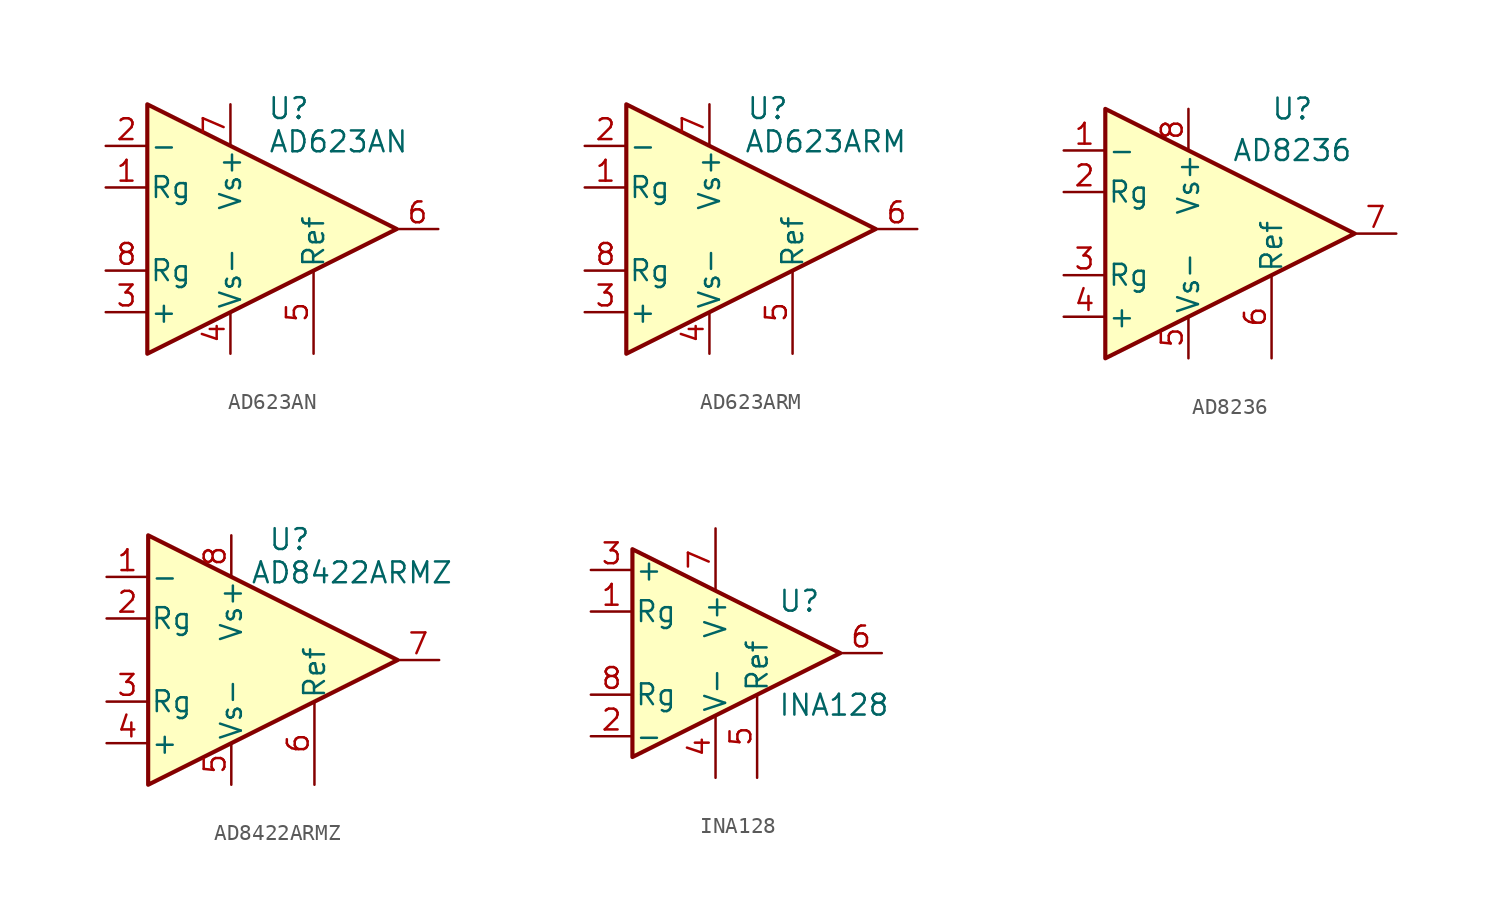
<source format=kicad_sym>
(kicad_symbol_lib
  (version 20201005)
  (generator kicad_symbol_editor)
  (symbol "AD623AN"
    (pin_names
      (offset 0.127))
    (property "Reference" "U"
      (at 3.556 7.366 0)
      (effects (font (size 1.27 1.27))))
    (property "Value" "AD623AN"
      (at 6.604 5.334 0)
      (effects (font (size 1.27 1.27))))
    (symbol "AD623AN_0_1"
      (polyline (pts (xy -5.08 7.62) (xy -5.08 -7.62) (xy 10.16 0) (xy -5.08 7.62)) (stroke (width 0.254)) (fill (type background))))
    (symbol "AD623AN_1_1"
      (pin passive line (at -7.62 2.54 0) (length 2.54) (name "Rg" (effects (font (size 1.27 1.27)))) (number "1" (effects (font (size 1.27 1.27)))))
      (pin input line (at -7.62 5.08 0) (length 2.54) (name "-" (effects (font (size 1.27 1.27)))) (number "2" (effects (font (size 1.27 1.27)))))
      (pin input line (at -7.62 -5.08 0) (length 2.54) (name "+" (effects (font (size 1.27 1.27)))) (number "3" (effects (font (size 1.27 1.27)))))
      (pin power_in line (at 0 -7.62 90) (length 2.54) (name "Vs-" (effects (font (size 1.27 1.27)))) (number "4" (effects (font (size 1.27 1.27)))))
      (pin passive line (at 5.08 -7.62 90) (length 5.08) (name "Ref" (effects (font (size 1.27 1.27)))) (number "5" (effects (font (size 1.27 1.27)))))
      (pin output line (at 12.7 0 180) (length 2.54) (name "~" (effects (font (size 1.27 1.27)))) (number "6" (effects (font (size 1.27 1.27)))))
      (pin power_in line (at 0 7.62 270) (length 2.54) (name "Vs+" (effects (font (size 1.27 1.27)))) (number "7" (effects (font (size 1.27 1.27)))))
      (pin passive line (at -7.62 -2.54 0) (length 2.54) (name "Rg" (effects (font (size 1.27 1.27)))) (number "8" (effects (font (size 1.27 1.27)))))))
  (symbol "AD623ARM"
    (pin_names
      (offset 0.127))
    (property "Reference" "U"
      (at 3.556 7.366 0)
      (effects (font (size 1.27 1.27))))
    (property "Value" "AD623ARM"
      (at 7.112 5.334 0)
      (effects (font (size 1.27 1.27))))
    (symbol "AD623ARM_0_1"
      (polyline (pts (xy -5.08 7.62) (xy -5.08 -7.62) (xy 10.16 0) (xy -5.08 7.62)) (stroke (width 0.254)) (fill (type background))))
    (symbol "AD623ARM_1_1"
      (pin passive line (at -7.62 2.54 0) (length 2.54) (name "Rg" (effects (font (size 1.27 1.27)))) (number "1" (effects (font (size 1.27 1.27)))))
      (pin input line (at -7.62 5.08 0) (length 2.54) (name "-" (effects (font (size 1.27 1.27)))) (number "2" (effects (font (size 1.27 1.27)))))
      (pin input line (at -7.62 -5.08 0) (length 2.54) (name "+" (effects (font (size 1.27 1.27)))) (number "3" (effects (font (size 1.27 1.27)))))
      (pin power_in line (at 0 -7.62 90) (length 2.54) (name "Vs-" (effects (font (size 1.27 1.27)))) (number "4" (effects (font (size 1.27 1.27)))))
      (pin passive line (at 5.08 -7.62 90) (length 5.08) (name "Ref" (effects (font (size 1.27 1.27)))) (number "5" (effects (font (size 1.27 1.27)))))
      (pin output line (at 12.7 0 180) (length 2.54) (name "~" (effects (font (size 1.27 1.27)))) (number "6" (effects (font (size 1.27 1.27)))))
      (pin power_in line (at 0 7.62 270) (length 2.54) (name "Vs+" (effects (font (size 1.27 1.27)))) (number "7" (effects (font (size 1.27 1.27)))))
      (pin passive line (at -7.62 -2.54 0) (length 2.54) (name "Rg" (effects (font (size 1.27 1.27)))) (number "8" (effects (font (size 1.27 1.27)))))))
  (symbol "AD8236"
    (pin_names
      (offset 0.127))
    (property "Reference" "U"
      (at 3.81 7.62 0)
      (effects (font (size 1.27 1.27))))
    (property "Value" "AD8236"
      (at 3.81 5.08 0)
      (effects (font (size 1.27 1.27))))
    (symbol "AD8236_0_1"
      (polyline (pts (xy -7.62 7.62) (xy -7.62 -7.62) (xy 7.62 0) (xy -7.62 7.62)) (stroke (width 0.254)) (fill (type background))))
    (symbol "AD8236_1_1"
      (pin input line (at -10.16 5.08 0) (length 2.54) (name "-" (effects (font (size 1.27 1.27)))) (number "1" (effects (font (size 1.27 1.27)))))
      (pin passive line (at -10.16 2.54 0) (length 2.54) (name "Rg" (effects (font (size 1.27 1.27)))) (number "2" (effects (font (size 1.27 1.27)))))
      (pin passive line (at -10.16 -2.54 0) (length 2.54) (name "Rg" (effects (font (size 1.27 1.27)))) (number "3" (effects (font (size 1.27 1.27)))))
      (pin input line (at -10.16 -5.08 0) (length 2.54) (name "+" (effects (font (size 1.27 1.27)))) (number "4" (effects (font (size 1.27 1.27)))))
      (pin power_in line (at -2.54 -7.62 90) (length 2.54) (name "Vs-" (effects (font (size 1.27 1.27)))) (number "5" (effects (font (size 1.27 1.27)))))
      (pin passive line (at 2.54 -7.62 90) (length 5.08) (name "Ref" (effects (font (size 1.27 1.27)))) (number "6" (effects (font (size 1.27 1.27)))))
      (pin output line (at 10.16 0 180) (length 2.54) (name "~" (effects (font (size 1.27 1.27)))) (number "7" (effects (font (size 1.27 1.27)))))
      (pin power_in line (at -2.54 7.62 270) (length 2.54) (name "Vs+" (effects (font (size 1.27 1.27)))) (number "8" (effects (font (size 1.27 1.27)))))))
  (symbol "AD8422ARMZ"
    (pin_names
      (offset 0.127))
    (property "Reference" "U"
      (at 3.556 7.366 0)
      (effects (font (size 1.27 1.27))))
    (property "Value" "AD8422ARMZ"
      (at 7.366 5.334 0)
      (effects (font (size 1.27 1.27))))
    (symbol "AD8422ARMZ_0_1"
      (polyline (pts (xy -5.08 7.62) (xy -5.08 -7.62) (xy 10.16 0) (xy -5.08 7.62)) (stroke (width 0.254)) (fill (type background))))
    (symbol "AD8422ARMZ_1_1"
      (pin input line (at -7.62 5.08 0) (length 2.54) (name "-" (effects (font (size 1.27 1.27)))) (number "1" (effects (font (size 1.27 1.27)))))
      (pin passive line (at -7.62 2.54 0) (length 2.54) (name "Rg" (effects (font (size 1.27 1.27)))) (number "2" (effects (font (size 1.27 1.27)))))
      (pin passive line (at -7.62 -2.54 0) (length 2.54) (name "Rg" (effects (font (size 1.27 1.27)))) (number "3" (effects (font (size 1.27 1.27)))))
      (pin input line (at -7.62 -5.08 0) (length 2.54) (name "+" (effects (font (size 1.27 1.27)))) (number "4" (effects (font (size 1.27 1.27)))))
      (pin power_in line (at 0 -7.62 90) (length 2.54) (name "Vs-" (effects (font (size 1.27 1.27)))) (number "5" (effects (font (size 1.27 1.27)))))
      (pin passive line (at 5.08 -7.62 90) (length 5.08) (name "Ref" (effects (font (size 1.27 1.27)))) (number "6" (effects (font (size 1.27 1.27)))))
      (pin output line (at 12.7 0 180) (length 2.54) (name "~" (effects (font (size 1.27 1.27)))) (number "7" (effects (font (size 1.27 1.27)))))
      (pin power_in line (at 0 7.62 270) (length 2.54) (name "Vs+" (effects (font (size 1.27 1.27)))) (number "8" (effects (font (size 1.27 1.27)))))))
  (symbol "INA128"
    (pin_names
      (offset 0.127))
    (property "Reference" "U"
      (at 3.81 3.175 0)
      (effects (font (size 1.27 1.27)) (justify left)))
    (property "Value" "INA128"
      (at 3.81 -3.175 0)
      (effects (font (size 1.27 1.27)) (justify left)))
    (symbol "INA128_0_1"
      (polyline (pts (xy 7.62 0) (xy -5.08 6.35) (xy -5.08 -6.35) (xy 7.62 0)) (stroke (width 0.254)) (fill (type background))))
    (symbol "INA128_1_1"
      (pin passive line (at -7.62 2.54 0) (length 2.54) (name "Rg" (effects (font (size 1.27 1.27)))) (number "1" (effects (font (size 1.27 1.27)))))
      (pin input line (at -7.62 -5.08 0) (length 2.54) (name "-" (effects (font (size 1.27 1.27)))) (number "2" (effects (font (size 1.27 1.27)))))
      (pin input line (at -7.62 5.08 0) (length 2.54) (name "+" (effects (font (size 1.27 1.27)))) (number "3" (effects (font (size 1.27 1.27)))))
      (pin power_in line (at 0 -7.62 90) (length 3.81) (name "V-" (effects (font (size 1.27 1.27)))) (number "4" (effects (font (size 1.27 1.27)))))
      (pin input line (at 2.54 -7.62 90) (length 5.08) (name "Ref" (effects (font (size 1.27 1.27)))) (number "5" (effects (font (size 1.27 1.27)))))
      (pin output line (at 10.16 0 180) (length 2.54) (name "~" (effects (font (size 1.27 1.27)))) (number "6" (effects (font (size 1.27 1.27)))))
      (pin power_in line (at 0 7.62 270) (length 3.81) (name "V+" (effects (font (size 1.27 1.27)))) (number "7" (effects (font (size 1.27 1.27)))))
      (pin passive line (at -7.62 -2.54 0) (length 2.54) (name "Rg" (effects (font (size 1.27 1.27)))) (number "8" (effects (font (size 1.27 1.27))))))))
</source>
